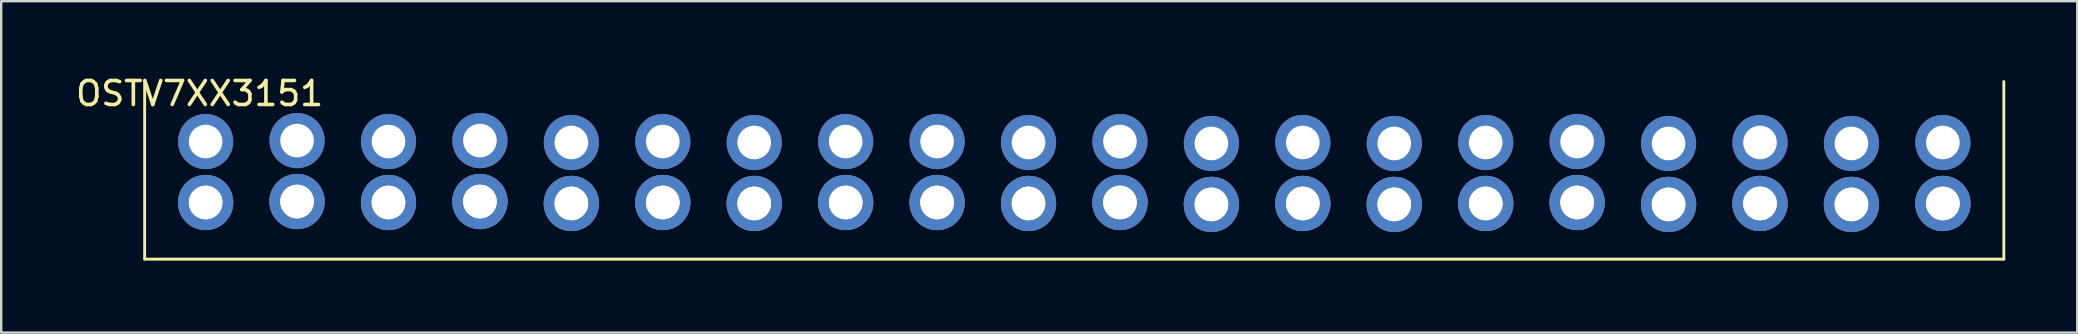
<source format=kicad_pcb>
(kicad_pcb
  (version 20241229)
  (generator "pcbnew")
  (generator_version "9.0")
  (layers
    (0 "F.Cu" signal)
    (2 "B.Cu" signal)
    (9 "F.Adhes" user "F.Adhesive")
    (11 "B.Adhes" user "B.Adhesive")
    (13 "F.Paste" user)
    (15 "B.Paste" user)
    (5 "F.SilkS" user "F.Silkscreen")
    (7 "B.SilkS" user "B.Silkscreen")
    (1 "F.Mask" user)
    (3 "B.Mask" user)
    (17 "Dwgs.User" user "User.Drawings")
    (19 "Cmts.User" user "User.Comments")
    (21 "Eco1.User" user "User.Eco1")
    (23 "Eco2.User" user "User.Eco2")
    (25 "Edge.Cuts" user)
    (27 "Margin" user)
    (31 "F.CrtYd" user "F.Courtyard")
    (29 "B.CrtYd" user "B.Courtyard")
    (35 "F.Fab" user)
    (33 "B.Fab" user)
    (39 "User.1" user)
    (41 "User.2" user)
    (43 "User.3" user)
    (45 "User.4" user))
  (footprint "OSTV7XX3151"
    (layer "F.Cu")
    (at 5.518 2.848)
    (property "Reference" "OSTV7XX3151" (at -0.25 -2 0) (unlocked yes) (layer "F.SilkS") (effects (font (size 1 1) (thickness 0.15))))
    (attr through_hole)
    (fp_line (start -2.54 -2.5) (end -2.54 4.9) (stroke (width 0.12) (type solid)) (layer "F.SilkS"))
    (fp_line (start -2.54 4.9) (end 74.93 4.9) (stroke (width 0.12) (type solid)) (layer "F.SilkS"))
    (fp_line (start 74.93 4.9) (end 74.93 -2.5) (stroke (width 0.12) (type solid)) (layer "F.SilkS"))
    (pad "1" thru_hole circle (at 0 0) (size 2.3 2.3) (drill 1.4) (layers "*.Cu" "*.Mask"))
    (pad "1" thru_hole circle (at 0 2.54) (size 2.3 2.3) (drill 1.4) (layers "*.Cu" "*.Mask"))
    (pad "1" thru_hole circle (at 0 2.54) (size 2.3 2.3) (drill 1.4) (layers "*.Cu" "*.Mask"))
    (pad "2" thru_hole circle (at 3.81 -0.04) (size 2.3 2.3) (drill 1.4) (layers "*.Cu" "*.Mask"))
    (pad "2" thru_hole circle (at 3.81 2.5) (size 2.3 2.3) (drill 1.4) (layers "*.Cu" "*.Mask"))
    (pad "2" thru_hole circle (at 3.81 2.5) (size 2.3 2.3) (drill 1.4) (layers "*.Cu" "*.Mask"))
    (pad "3" thru_hole circle (at 7.62 0) (size 2.3 2.3) (drill 1.4) (layers "*.Cu" "*.Mask"))
    (pad "3" thru_hole circle (at 7.62 2.54) (size 2.3 2.3) (drill 1.4) (layers "*.Cu" "*.Mask"))
    (pad "3" thru_hole circle (at 7.62 2.54) (size 2.3 2.3) (drill 1.4) (layers "*.Cu" "*.Mask"))
    (pad "4" thru_hole circle (at 11.43 -0.04) (size 2.3 2.3) (drill 1.4) (layers "*.Cu" "*.Mask"))
    (pad "4" thru_hole circle (at 11.43 2.5) (size 2.3 2.3) (drill 1.4) (layers "*.Cu" "*.Mask"))
    (pad "4" thru_hole circle (at 11.43 2.5) (size 2.3 2.3) (drill 1.4) (layers "*.Cu" "*.Mask"))
    (pad "5" thru_hole circle (at 15.24 0.04) (size 2.3 2.3) (drill 1.4) (layers "*.Cu" "*.Mask"))
    (pad "5" thru_hole circle (at 15.24 2.58) (size 2.3 2.3) (drill 1.4) (layers "*.Cu" "*.Mask"))
    (pad "5" thru_hole circle (at 15.24 2.58) (size 2.3 2.3) (drill 1.4) (layers "*.Cu" "*.Mask"))
    (pad "6" thru_hole circle (at 19.05 0) (size 2.3 2.3) (drill 1.4) (layers "*.Cu" "*.Mask"))
    (pad "6" thru_hole circle (at 19.05 2.54) (size 2.3 2.3) (drill 1.4) (layers "*.Cu" "*.Mask"))
    (pad "6" thru_hole circle (at 19.05 2.54) (size 2.3 2.3) (drill 1.4) (layers "*.Cu" "*.Mask"))
    (pad "7" thru_hole circle (at 22.86 0.04) (size 2.3 2.3) (drill 1.4) (layers "*.Cu" "*.Mask"))
    (pad "7" thru_hole circle (at 22.86 2.58) (size 2.3 2.3) (drill 1.4) (layers "*.Cu" "*.Mask"))
    (pad "7" thru_hole circle (at 22.86 2.58) (size 2.3 2.3) (drill 1.4) (layers "*.Cu" "*.Mask"))
    (pad "8" thru_hole circle (at 26.67 0) (size 2.3 2.3) (drill 1.4) (layers "*.Cu" "*.Mask"))
    (pad "8" thru_hole circle (at 26.67 2.54) (size 2.3 2.3) (drill 1.4) (layers "*.Cu" "*.Mask"))
    (pad "8" thru_hole circle (at 26.67 2.54) (size 2.3 2.3) (drill 1.4) (layers "*.Cu" "*.Mask"))
    (pad "9" thru_hole circle (at 30.48 0) (size 2.3 2.3) (drill 1.4) (layers "*.Cu" "*.Mask"))
    (pad "9" thru_hole circle (at 30.48 2.54) (size 2.3 2.3) (drill 1.4) (layers "*.Cu" "*.Mask"))
    (pad "9" thru_hole circle (at 30.48 2.54) (size 2.3 2.3) (drill 1.4) (layers "*.Cu" "*.Mask"))
    (pad "10" thru_hole circle (at 34.29 0.04) (size 2.3 2.3) (drill 1.4) (layers "*.Cu" "*.Mask"))
    (pad "10" thru_hole circle (at 34.29 2.58) (size 2.3 2.3) (drill 1.4) (layers "*.Cu" "*.Mask"))
    (pad "10" thru_hole circle (at 34.29 2.58) (size 2.3 2.3) (drill 1.4) (layers "*.Cu" "*.Mask"))
    (pad "11" thru_hole circle (at 38.1 0) (size 2.3 2.3) (drill 1.4) (layers "*.Cu" "*.Mask"))
    (pad "11" thru_hole circle (at 38.1 2.54) (size 2.3 2.3) (drill 1.4) (layers "*.Cu" "*.Mask"))
    (pad "11" thru_hole circle (at 38.1 2.54) (size 2.3 2.3) (drill 1.4) (layers "*.Cu" "*.Mask"))
    (pad "12" thru_hole circle (at 41.91 0.08) (size 2.3 2.3) (drill 1.4) (layers "*.Cu" "*.Mask"))
    (pad "12" thru_hole circle (at 41.91 2.62) (size 2.3 2.3) (drill 1.4) (layers "*.Cu" "*.Mask"))
    (pad "12" thru_hole circle (at 41.91 2.62) (size 2.3 2.3) (drill 1.4) (layers "*.Cu" "*.Mask"))
    (pad "13" thru_hole circle (at 45.72 0.04) (size 2.3 2.3) (drill 1.4) (layers "*.Cu" "*.Mask"))
    (pad "13" thru_hole circle (at 45.72 2.58) (size 2.3 2.3) (drill 1.4) (layers "*.Cu" "*.Mask"))
    (pad "13" thru_hole circle (at 45.72 2.58) (size 2.3 2.3) (drill 1.4) (layers "*.Cu" "*.Mask"))
    (pad "14" thru_hole circle (at 49.53 0.08) (size 2.3 2.3) (drill 1.4) (layers "*.Cu" "*.Mask"))
    (pad "14" thru_hole circle (at 49.53 2.62) (size 2.3 2.3) (drill 1.4) (layers "*.Cu" "*.Mask"))
    (pad "14" thru_hole circle (at 49.53 2.62) (size 2.3 2.3) (drill 1.4) (layers "*.Cu" "*.Mask"))
    (pad "15" thru_hole circle (at 53.34 0.04) (size 2.3 2.3) (drill 1.4) (layers "*.Cu" "*.Mask"))
    (pad "15" thru_hole circle (at 53.34 2.58) (size 2.3 2.3) (drill 1.4) (layers "*.Cu" "*.Mask"))
    (pad "15" thru_hole circle (at 53.34 2.58) (size 2.3 2.3) (drill 1.4) (layers "*.Cu" "*.Mask"))
    (pad "16" thru_hole circle (at 57.15 0) (size 2.3 2.3) (drill 1.4) (layers "*.Cu" "*.Mask"))
    (pad "16" thru_hole circle (at 57.15 2.54) (size 2.3 2.3) (drill 1.4) (layers "*.Cu" "*.Mask"))
    (pad "16" thru_hole circle (at 57.15 2.54) (size 2.3 2.3) (drill 1.4) (layers "*.Cu" "*.Mask"))
    (pad "17" thru_hole circle (at 60.96 0.08) (size 2.3 2.3) (drill 1.4) (layers "*.Cu" "*.Mask"))
    (pad "17" thru_hole circle (at 60.96 2.62) (size 2.3 2.3) (drill 1.4) (layers "*.Cu" "*.Mask"))
    (pad "17" thru_hole circle (at 60.96 2.62) (size 2.3 2.3) (drill 1.4) (layers "*.Cu" "*.Mask"))
    (pad "18" thru_hole circle (at 64.77 0.04) (size 2.3 2.3) (drill 1.4) (layers "*.Cu" "*.Mask"))
    (pad "18" thru_hole circle (at 64.77 2.58) (size 2.3 2.3) (drill 1.4) (layers "*.Cu" "*.Mask"))
    (pad "18" thru_hole circle (at 64.77 2.58) (size 2.3 2.3) (drill 1.4) (layers "*.Cu" "*.Mask"))
    (pad "19" thru_hole circle (at 68.58 0.08) (size 2.3 2.3) (drill 1.4) (layers "*.Cu" "*.Mask"))
    (pad "19" thru_hole circle (at 68.58 2.62) (size 2.3 2.3) (drill 1.4) (layers "*.Cu" "*.Mask"))
    (pad "19" thru_hole circle (at 68.58 2.62) (size 2.3 2.3) (drill 1.4) (layers "*.Cu" "*.Mask"))
    (pad "20" thru_hole circle (at 72.39 0.04) (size 2.3 2.3) (drill 1.4) (layers "*.Cu" "*.Mask"))
    (pad "20" thru_hole circle (at 72.39 2.58) (size 2.3 2.3) (drill 1.4) (layers "*.Cu" "*.Mask"))
    (pad "20" thru_hole circle (at 72.39 2.58) (size 2.3 2.3) (drill 1.4) (layers "*.Cu" "*.Mask")))
  (gr_rect
    (start -3 -3)
    (end 83.508 10.808)
    (stroke (width 0.1) (type default))
    (fill no)
    (layer "Edge.Cuts")))
</source>
